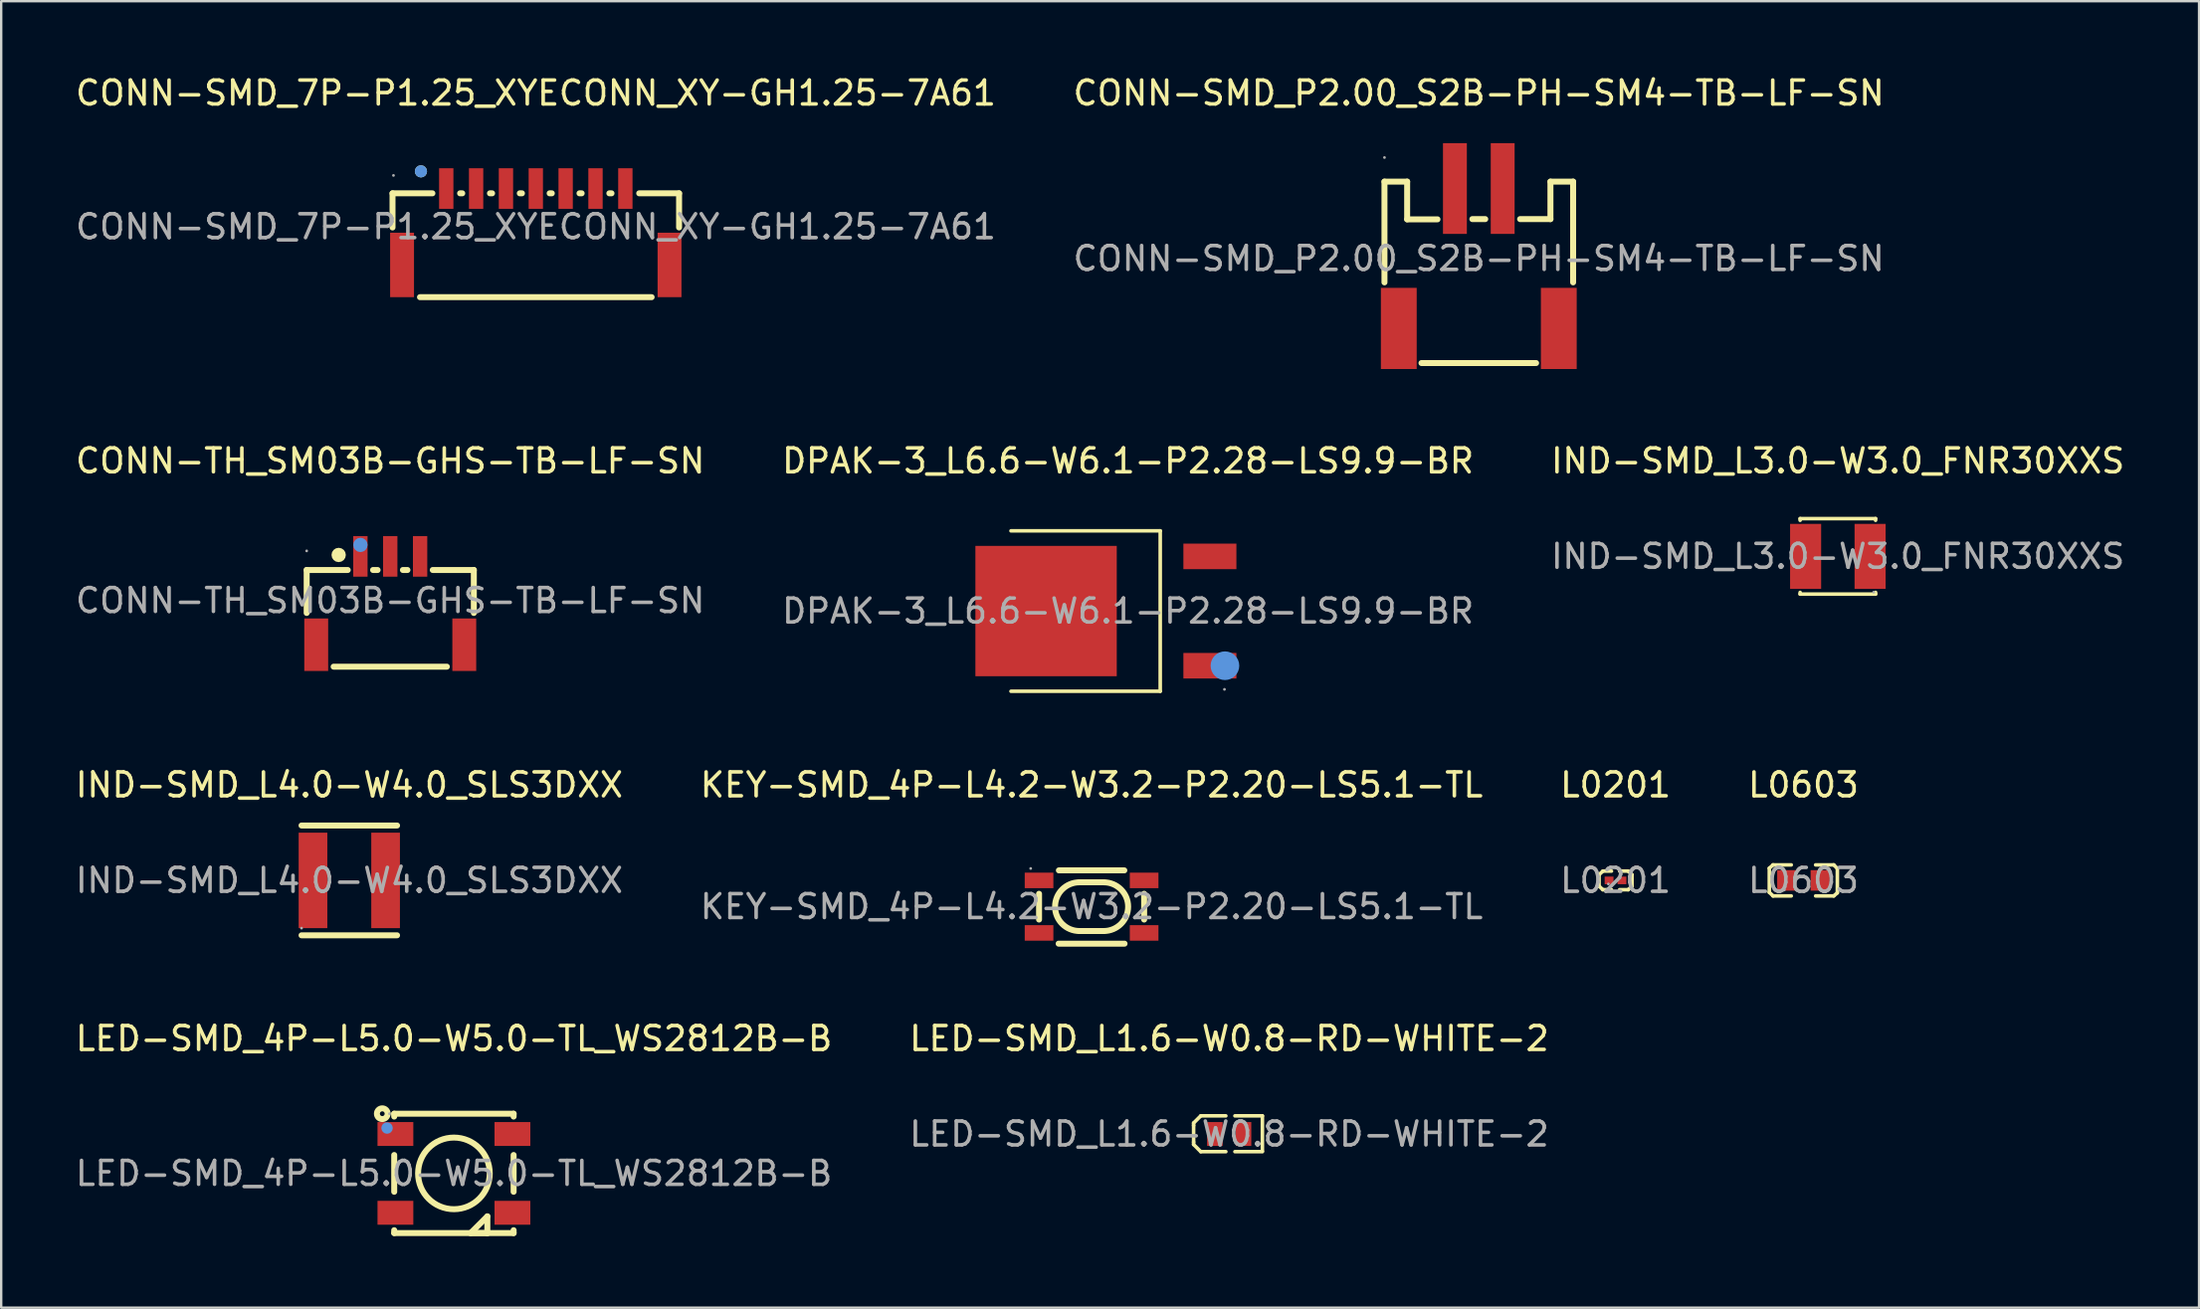
<source format=kicad_pcb>
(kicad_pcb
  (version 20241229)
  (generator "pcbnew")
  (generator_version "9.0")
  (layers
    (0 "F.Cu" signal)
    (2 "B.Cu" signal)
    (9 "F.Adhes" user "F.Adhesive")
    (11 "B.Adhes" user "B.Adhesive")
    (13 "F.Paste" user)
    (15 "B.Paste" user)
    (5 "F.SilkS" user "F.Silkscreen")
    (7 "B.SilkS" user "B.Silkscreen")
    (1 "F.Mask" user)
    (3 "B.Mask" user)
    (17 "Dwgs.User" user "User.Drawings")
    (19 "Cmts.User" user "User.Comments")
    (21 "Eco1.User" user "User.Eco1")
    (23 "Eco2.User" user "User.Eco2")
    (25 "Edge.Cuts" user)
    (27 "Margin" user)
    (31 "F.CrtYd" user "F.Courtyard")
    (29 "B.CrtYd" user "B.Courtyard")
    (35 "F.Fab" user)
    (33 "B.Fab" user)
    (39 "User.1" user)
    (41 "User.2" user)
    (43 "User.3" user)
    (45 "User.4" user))
  (footprint "CONN-TH_SM03B-GHS-TB-LF-SN"
    (layer "F.Cu")
    (at 13.292 22.107)
    (property "Reference" "CONN-TH_SM03B-GHS-TB-LF-SN" (at 0 -5.85 0) (layer "F.SilkS") (effects (font (size 1 1) (thickness 0.15))))
    (attr through_hole)
    (fp_line (start -3.5 -1.28) (end -3.5 0.52) (stroke (width 0.25) (type solid)) (layer "F.SilkS"))
    (fp_line (start -2.37 2.77) (end 2.37 2.77) (stroke (width 0.25) (type solid)) (layer "F.SilkS"))
    (fp_line (start -1.78 -1.28) (end -3.5 -1.28) (stroke (width 0.25) (type solid)) (layer "F.SilkS"))
    (fp_line (start -0.53 -1.28) (end -0.72 -1.28) (stroke (width 0.25) (type solid)) (layer "F.SilkS"))
    (fp_line (start 0.72 -1.28) (end 0.53 -1.28) (stroke (width 0.25) (type solid)) (layer "F.SilkS"))
    (fp_line (start 3.5 -1.28) (end 1.78 -1.28) (stroke (width 0.25) (type solid)) (layer "F.SilkS"))
    (fp_line (start 3.5 -1.28) (end 3.5 0.52) (stroke (width 0.25) (type solid)) (layer "F.SilkS"))
    (fp_circle (center -2.16 -1.91) (end -2.01 -1.91) (stroke (width 0.3) (type solid)) (fill no) (layer "F.SilkS"))
    (fp_circle (center -1.25 -2.33) (end -1.1 -2.33) (stroke (width 0.3) (type solid)) (fill no) (layer "Cmts.User"))
    (fp_circle (center -3.5 -2.08) (end -3.47 -2.08) (stroke (width 0.06) (type solid)) (fill no) (layer "F.Fab"))
    (fp_text user "${REFERENCE}" (at 0 0 0) (layer "F.Fab") (effects (font (size 1 1) (thickness 0.15))))
    (pad "1" smd rect (at -1.25 -1.85 270) (size 1.7 0.6) (layers "F.Cu" "F.Mask" "F.Paste"))
    (pad "2" smd rect (at 0 -1.85 270) (size 1.7 0.6) (layers "F.Cu" "F.Mask" "F.Paste"))
    (pad "3" smd rect (at 1.25 -1.85 270) (size 1.7 0.6) (layers "F.Cu" "F.Mask" "F.Paste"))
    (pad "4" smd rect (at 3.1 1.85) (size 1 2.2) (layers "F.Cu" "F.Mask" "F.Paste"))
    (pad "5" smd rect (at -3.1 1.85) (size 1 2.2) (layers "F.Cu" "F.Mask" "F.Paste")))
  (footprint "CONN-SMD_P2.00_S2B-PH-SM4-TB-LF-SN"
    (layer "F.Cu")
    (at 58.875 7.778)
    (property "Reference" "CONN-SMD_P2.00_S2B-PH-SM4-TB-LF-SN" (at 0 -6.93 0) (layer "F.SilkS") (effects (font (size 1 1) (thickness 0.15))))
    (attr smd)
    (fp_line (start -3.95 -3.22) (end -3.95 1) (stroke (width 0.25) (type solid)) (layer "F.SilkS"))
    (fp_line (start -3 -3.22) (end -3.95 -3.22) (stroke (width 0.25) (type solid)) (layer "F.SilkS"))
    (fp_line (start -3 -1.64) (end -3 -3.22) (stroke (width 0.25) (type solid)) (layer "F.SilkS"))
    (fp_line (start -1.73 -1.64) (end -3 -1.64) (stroke (width 0.25) (type solid)) (layer "F.SilkS"))
    (fp_line (start 0.27 -1.65) (end -0.27 -1.65) (stroke (width 0.25) (type solid)) (layer "F.SilkS"))
    (fp_line (start 2.4 4.38) (end -2.4 4.38) (stroke (width 0.25) (type solid)) (layer "F.SilkS"))
    (fp_line (start 3 -3.22) (end 3 -1.65) (stroke (width 0.25) (type solid)) (layer "F.SilkS"))
    (fp_line (start 3 -1.65) (end 1.73 -1.65) (stroke (width 0.25) (type solid)) (layer "F.SilkS"))
    (fp_line (start 3.95 -3.22) (end 3 -3.22) (stroke (width 0.25) (type solid)) (layer "F.SilkS"))
    (fp_line (start 3.95 -3.22) (end 3.95 1) (stroke (width 0.25) (type solid)) (layer "F.SilkS"))
    (fp_circle (center -3.95 -4.23) (end -3.92 -4.23) (stroke (width 0.06) (type solid)) (fill no) (layer "F.Fab"))
    (fp_text user "${REFERENCE}" (at 0 0 0) (layer "F.Fab") (effects (font (size 1 1) (thickness 0.15))))
    (pad "1" smd rect (at -1 -2.93) (size 1 3.8) (layers "F.Cu" "F.Mask" "F.Paste"))
    (pad "2" smd rect (at 1 -2.93) (size 1 3.8) (layers "F.Cu" "F.Mask" "F.Paste"))
    (pad "3" smd rect (at 3.35 2.93) (size 1.5 3.4) (layers "F.Cu" "F.Mask" "F.Paste"))
    (pad "4" smd rect (at -3.35 2.93) (size 1.5 3.4) (layers "F.Cu" "F.Mask" "F.Paste")))
  (footprint "L0603"
    (layer "F.Cu")
    (at 72.47 33.83)
    (property "Reference" "L0603" (at 0 -4 0) (layer "F.SilkS") (effects (font (size 1 1) (thickness 0.15))))
    (attr smd)
    (fp_line (start -1.43 -0.51) (end -1.27 -0.65) (stroke (width 0.15) (type solid)) (layer "F.SilkS"))
    (fp_line (start -1.43 0.5) (end -1.43 -0.51) (stroke (width 0.15) (type solid)) (layer "F.SilkS"))
    (fp_line (start -1.28 -0.65) (end -0.51 -0.65) (stroke (width 0.15) (type solid)) (layer "F.SilkS"))
    (fp_line (start -1.28 0.65) (end -0.51 0.65) (stroke (width 0.15) (type solid)) (layer "F.SilkS"))
    (fp_line (start -1.27 0.65) (end -1.43 0.5) (stroke (width 0.15) (type solid)) (layer "F.SilkS"))
    (fp_line (start 1.27 -0.65) (end 0.51 -0.65) (stroke (width 0.15) (type solid)) (layer "F.SilkS"))
    (fp_line (start 1.27 -0.65) (end 1.42 -0.5) (stroke (width 0.15) (type solid)) (layer "F.SilkS"))
    (fp_line (start 1.27 0.65) (end 0.51 0.65) (stroke (width 0.15) (type solid)) (layer "F.SilkS"))
    (fp_line (start 1.42 -0.5) (end 1.42 0.52) (stroke (width 0.15) (type solid)) (layer "F.SilkS"))
    (fp_line (start 1.42 0.52) (end 1.27 0.65) (stroke (width 0.15) (type solid)) (layer "F.SilkS"))
    (fp_circle (center -0.8 0.4) (end -0.77 0.4) (stroke (width 0.06) (type solid)) (fill no) (layer "F.Fab"))
    (fp_text user "${REFERENCE}" (at 0 0 0) (layer "F.Fab") (effects (font (size 1 1) (thickness 0.15))))
    (pad "1" smd rect (at -0.7 0 180) (size 0.8 0.86) (layers "F.Cu" "F.Mask" "F.Paste"))
    (pad "2" smd rect (at 0.7 0 180) (size 0.8 0.86) (layers "F.Cu" "F.Mask" "F.Paste")))
  (footprint "CONN-SMD_7P-P1.25_XYECONN_XY-GH1.25-7A61"
    (layer "F.Cu")
    (at 19.387 6.448)
    (property "Reference" "CONN-SMD_7P-P1.25_XYECONN_XY-GH1.25-7A61" (at 0 -5.6 0) (layer "F.SilkS") (effects (font (size 1 1) (thickness 0.15))))
    (attr smd)
    (fp_line (start -6 -1.4) (end -6 0.03) (stroke (width 0.25) (type solid)) (layer "F.SilkS"))
    (fp_line (start -4.33 -1.4) (end -6 -1.4) (stroke (width 0.25) (type solid)) (layer "F.SilkS"))
    (fp_line (start -3.08 -1.4) (end -3.17 -1.4) (stroke (width 0.25) (type solid)) (layer "F.SilkS"))
    (fp_line (start -1.83 -1.4) (end -1.92 -1.4) (stroke (width 0.25) (type solid)) (layer "F.SilkS"))
    (fp_line (start -0.58 -1.4) (end -0.67 -1.4) (stroke (width 0.25) (type solid)) (layer "F.SilkS"))
    (fp_line (start 0.67 -1.4) (end 0.58 -1.4) (stroke (width 0.25) (type solid)) (layer "F.SilkS"))
    (fp_line (start 1.92 -1.4) (end 1.83 -1.4) (stroke (width 0.25) (type solid)) (layer "F.SilkS"))
    (fp_line (start 3.17 -1.4) (end 3.08 -1.4) (stroke (width 0.25) (type solid)) (layer "F.SilkS"))
    (fp_line (start 4.85 2.95) (end -4.85 2.95) (stroke (width 0.25) (type solid)) (layer "F.SilkS"))
    (fp_line (start 6 -1.4) (end 4.33 -1.4) (stroke (width 0.25) (type solid)) (layer "F.SilkS"))
    (fp_line (start 6 -1.4) (end 6 0.03) (stroke (width 0.25) (type solid)) (layer "F.SilkS"))
    (fp_circle (center -4.81 -2.32) (end -4.68 -2.32) (stroke (width 0.25) (type solid)) (fill no) (layer "F.SilkS"))
    (fp_circle (center -4.81 -2.32) (end -4.68 -2.32) (stroke (width 0.25) (type solid)) (fill no) (layer "Cmts.User"))
    (fp_circle (center -5.96 -2.15) (end -5.93 -2.15) (stroke (width 0.06) (type solid)) (fill no) (layer "F.Fab"))
    (fp_text user "${REFERENCE}" (at 0 0 0) (layer "F.Fab") (effects (font (size 1 1) (thickness 0.15))))
    (pad "1" smd rect (at -3.75 -1.6) (size 0.6 1.7) (layers "F.Cu" "F.Mask" "F.Paste"))
    (pad "2" smd rect (at -2.5 -1.6) (size 0.6 1.7) (layers "F.Cu" "F.Mask" "F.Paste"))
    (pad "3" smd rect (at -1.25 -1.6) (size 0.6 1.7) (layers "F.Cu" "F.Mask" "F.Paste"))
    (pad "4" smd rect (at 0 -1.6) (size 0.6 1.7) (layers "F.Cu" "F.Mask" "F.Paste"))
    (pad "5" smd rect (at 1.25 -1.6) (size 0.6 1.7) (layers "F.Cu" "F.Mask" "F.Paste"))
    (pad "6" smd rect (at 2.5 -1.6) (size 0.6 1.7) (layers "F.Cu" "F.Mask" "F.Paste"))
    (pad "7" smd rect (at 3.75 -1.6) (size 0.6 1.7) (layers "F.Cu" "F.Mask" "F.Paste"))
    (pad "8" smd rect (at 5.6 1.6 180) (size 1 2.7) (layers "F.Cu" "F.Mask" "F.Paste"))
    (pad "9" smd rect (at -5.6 1.6) (size 1 2.7) (layers "F.Cu" "F.Mask" "F.Paste")))
  (footprint "IND-SMD_L4.0-W4.0_SLS3DXX"
    (layer "F.Cu")
    (at 11.577 33.83)
    (property "Reference" "IND-SMD_L4.0-W4.0_SLS3DXX" (at 0 -4 0) (layer "F.SilkS") (effects (font (size 1 1) (thickness 0.15))))
    (attr smd)
    (fp_line (start -2 -2.3) (end 2 -2.3) (stroke (width 0.25) (type solid)) (layer "F.SilkS"))
    (fp_line (start -2 2.3) (end 2 2.3) (stroke (width 0.25) (type solid)) (layer "F.SilkS"))
    (fp_circle (center -2 2) (end -1.97 2) (stroke (width 0.06) (type solid)) (fill no) (layer "F.Fab"))
    (fp_text user "${REFERENCE}" (at 0 0 0) (layer "F.Fab") (effects (font (size 1 1) (thickness 0.15))))
    (pad "1" smd rect (at -1.52 0 90) (size 4 1.2) (layers "F.Cu" "F.Mask" "F.Paste"))
    (pad "2" smd rect (at 1.52 0 90) (size 4 1.2) (layers "F.Cu" "F.Mask" "F.Paste")))
  (footprint "KEY-SMD_4P-L4.2-W3.2-P2.20-LS5.1-TL"
    (layer "F.Cu")
    (at 42.661 34.93)
    (property "Reference" "KEY-SMD_4P-L4.2-W3.2-P2.20-LS5.1-TL" (at 0 -5.1 0) (layer "F.SilkS") (effects (font (size 1 1) (thickness 0.15))))
    (attr smd)
    (fp_line (start -2.2 -0.54) (end -2.2 0.54) (stroke (width 0.25) (type solid)) (layer "F.SilkS"))
    (fp_line (start -1.38 1.55) (end 1.38 1.55) (stroke (width 0.25) (type solid)) (layer "F.SilkS"))
    (fp_line (start -0.51 -1.02) (end 0.51 -1.02) (stroke (width 0.25) (type solid)) (layer "F.SilkS"))
    (fp_line (start -0.51 1.02) (end 0.51 1.02) (stroke (width 0.25) (type solid)) (layer "F.SilkS"))
    (fp_line (start 1.37 -1.52) (end -1.37 -1.52) (stroke (width 0.25) (type solid)) (layer "F.SilkS"))
    (fp_line (start 2.2 -0.54) (end 2.2 0.54) (stroke (width 0.25) (type solid)) (layer "F.SilkS"))
    (fp_arc (start -0.51 1.02) (mid -1.53 0) (end -0.51 -1.02) (stroke (width 0.25) (type solid)) (layer "F.SilkS"))
    (fp_arc (start 0.51 -1.02) (mid 1.53 0) (end 0.51 1.02) (stroke (width 0.25) (type solid)) (layer "F.SilkS"))
    (fp_circle (center -2.55 -1.6) (end -2.52 -1.6) (stroke (width 0.06) (type solid)) (fill no) (layer "F.Fab"))
    (fp_text user "${REFERENCE}" (at 0 0 0) (layer "F.Fab") (effects (font (size 1 1) (thickness 0.15))))
    (pad "1" smd rect (at -2.2 -1.1) (size 1.2 0.65) (layers "F.Cu" "F.Mask" "F.Paste"))
    (pad "2" smd rect (at 2.2 -1.1) (size 1.2 0.65) (layers "F.Cu" "F.Mask" "F.Paste"))
    (pad "3" smd rect (at -2.2 1.1) (size 1.2 0.65) (layers "F.Cu" "F.Mask" "F.Paste"))
    (pad "4" smd rect (at 2.2 1.1) (size 1.2 0.65) (layers "F.Cu" "F.Mask" "F.Paste")))
  (footprint "L0201"
    (layer "F.Cu")
    (at 64.601 33.83)
    (property "Reference" "L0201" (at 0 -4 0) (layer "F.SilkS") (effects (font (size 1 1) (thickness 0.15))))
    (attr through_hole)
    (fp_line (start -0.69 -0.24) (end -0.53 -0.39) (stroke (width 0.15) (type solid)) (layer "F.SilkS"))
    (fp_line (start -0.69 0.24) (end -0.69 -0.24) (stroke (width 0.15) (type solid)) (layer "F.SilkS"))
    (fp_line (start -0.53 -0.39) (end -0.17 -0.39) (stroke (width 0.15) (type solid)) (layer "F.SilkS"))
    (fp_line (start -0.53 0.39) (end -0.69 0.24) (stroke (width 0.15) (type solid)) (layer "F.SilkS"))
    (fp_line (start -0.17 0.39) (end -0.53 0.39) (stroke (width 0.15) (type solid)) (layer "F.SilkS"))
    (fp_line (start 0.17 0.39) (end 0.53 0.39) (stroke (width 0.15) (type solid)) (layer "F.SilkS"))
    (fp_line (start 0.53 -0.39) (end 0.17 -0.39) (stroke (width 0.15) (type solid)) (layer "F.SilkS"))
    (fp_line (start 0.53 0.39) (end 0.69 0.24) (stroke (width 0.15) (type solid)) (layer "F.SilkS"))
    (fp_line (start 0.69 -0.24) (end 0.53 -0.39) (stroke (width 0.15) (type solid)) (layer "F.SilkS"))
    (fp_line (start 0.69 0.24) (end 0.69 -0.24) (stroke (width 0.15) (type solid)) (layer "F.SilkS"))
    (fp_circle (center -0.3 0.15) (end -0.27 0.15) (stroke (width 0.06) (type solid)) (fill no) (layer "F.Fab"))
    (fp_text user "${REFERENCE}" (at 0 0 0) (layer "F.Fab") (effects (font (size 1 1) (thickness 0.15))))
    (pad "1" smd rect (at -0.27 0) (size 0.37 0.32) (layers "F.Cu" "F.Mask" "F.Paste"))
    (pad "2" smd rect (at 0.27 0) (size 0.37 0.32) (layers "F.Cu" "F.Mask" "F.Paste")))
  (footprint "LED-SMD_4P-L5.0-W5.0-TL_WS2812B-B"
    (layer "F.Cu")
    (at 15.958 46.103)
    (property "Reference" "LED-SMD_4P-L5.0-W5.0-TL_WS2812B-B" (at 0 -5.65 0) (layer "F.SilkS") (effects (font (size 1 1) (thickness 0.15))))
    (attr smd)
    (fp_line (start -2.5 -2.5) (end 2.5 -2.5) (stroke (width 0.25) (type solid)) (layer "F.SilkS"))
    (fp_line (start -2.5 -2.38) (end -2.5 -2.5) (stroke (width 0.25) (type solid)) (layer "F.SilkS"))
    (fp_line (start -2.5 0.77) (end -2.5 -0.77) (stroke (width 0.25) (type solid)) (layer "F.SilkS"))
    (fp_line (start -2.5 2.5) (end -2.5 2.38) (stroke (width 0.25) (type solid)) (layer "F.SilkS"))
    (fp_line (start 0.7 2.5) (end 1.4 1.8) (stroke (width 0.25) (type solid)) (layer "F.SilkS"))
    (fp_line (start 1.4 1.8) (end 1.4 2.5) (stroke (width 0.25) (type solid)) (layer "F.SilkS"))
    (fp_line (start 1.4 2.5) (end 0.7 2.5) (stroke (width 0.25) (type solid)) (layer "F.SilkS"))
    (fp_line (start 1.4 2.5) (end 1.4 2.5) (stroke (width 0.25) (type solid)) (layer "F.SilkS"))
    (fp_line (start 2.5 -2.5) (end 2.5 -2.38) (stroke (width 0.25) (type solid)) (layer "F.SilkS"))
    (fp_line (start 2.5 -0.77) (end 2.5 0.77) (stroke (width 0.25) (type solid)) (layer "F.SilkS"))
    (fp_line (start 2.5 2.38) (end 2.5 2.5) (stroke (width 0.25) (type solid)) (layer "F.SilkS"))
    (fp_line (start 2.5 2.5) (end -2.5 2.5) (stroke (width 0.25) (type solid)) (layer "F.SilkS"))
    (fp_circle (center -3 -2.5) (end -2.9 -2.5) (stroke (width 0.25) (type solid)) (fill no) (layer "F.SilkS"))
    (fp_circle (center 0 0) (end 1.5 0) (stroke (width 0.25) (type solid)) (fill no) (layer "F.SilkS"))
    (fp_circle (center -2.8 -1.9) (end -2.68 -1.9) (stroke (width 0.24) (type solid)) (fill no) (layer "Cmts.User"))
    (fp_circle (center -2.7 -2.5) (end -2.67 -2.5) (stroke (width 0.06) (type solid)) (fill no) (layer "F.Fab"))
    (fp_text user "${REFERENCE}" (at 0 0 0) (layer "F.Fab") (effects (font (size 1 1) (thickness 0.15))))
    (pad "1" smd rect (at -2.45 -1.65 180) (size 1.5 1) (layers "F.Cu" "F.Mask" "F.Paste"))
    (pad "2" smd rect (at -2.45 1.65 180) (size 1.5 1) (layers "F.Cu" "F.Mask" "F.Paste"))
    (pad "3" smd rect (at 2.45 1.65 180) (size 1.5 1) (layers "F.Cu" "F.Mask" "F.Paste"))
    (pad "4" smd rect (at 2.45 -1.65 180) (size 1.5 1) (layers "F.Cu" "F.Mask" "F.Paste")))
  (footprint "IND-SMD_L3.0-W3.0_FNR30XXS"
    (layer "F.Cu")
    (at 73.911 20.256)
    (property "Reference" "IND-SMD_L3.0-W3.0_FNR30XXS" (at 0 -4 0) (layer "F.SilkS") (effects (font (size 1 1) (thickness 0.15))))
    (attr smd)
    (fp_line (start -1.58 -1.58) (end 1.58 -1.58) (stroke (width 0.15) (type solid)) (layer "F.SilkS"))
    (fp_line (start -1.58 -1.51) (end -1.58 -1.58) (stroke (width 0.15) (type solid)) (layer "F.SilkS"))
    (fp_line (start -1.58 1.51) (end -1.58 1.58) (stroke (width 0.15) (type solid)) (layer "F.SilkS"))
    (fp_line (start -1.58 1.58) (end 1.58 1.58) (stroke (width 0.15) (type solid)) (layer "F.SilkS"))
    (fp_line (start 1.58 -1.58) (end 1.58 -1.51) (stroke (width 0.15) (type solid)) (layer "F.SilkS"))
    (fp_line (start 1.58 1.58) (end 1.58 1.51) (stroke (width 0.15) (type solid)) (layer "F.SilkS"))
    (fp_circle (center 1.5 1.5) (end 1.53 1.5) (stroke (width 0.06) (type solid)) (fill no) (layer "F.Fab"))
    (fp_text user "${REFERENCE}" (at 0 0 0) (layer "F.Fab") (effects (font (size 1 1) (thickness 0.15))))
    (pad "1" smd rect (at 1.35 0) (size 1.3 2.72) (layers "F.Cu" "F.Mask" "F.Paste"))
    (pad "2" smd rect (at -1.35 0) (size 1.3 2.72) (layers "F.Cu" "F.Mask" "F.Paste")))
  (footprint "LED-SMD_L1.6-W0.8-RD-WHITE-2"
    (layer "F.Cu")
    (at 48.423 44.453)
    (property "Reference" "LED-SMD_L1.6-W0.8-RD-WHITE-2" (at 0 -4 0) (layer "F.SilkS") (effects (font (size 1 1) (thickness 0.15))))
    (attr smd)
    (fp_line (start -1.49 -0.46) (end -1.19 -0.76) (stroke (width 0.15) (type solid)) (layer "F.SilkS"))
    (fp_line (start -1.49 -0.36) (end -1.49 -0.46) (stroke (width 0.15) (type solid)) (layer "F.SilkS"))
    (fp_line (start -1.49 -0.36) (end -1.49 0.34) (stroke (width 0.15) (type solid)) (layer "F.SilkS"))
    (fp_line (start -1.49 0.34) (end -1.49 0.44) (stroke (width 0.15) (type solid)) (layer "F.SilkS"))
    (fp_line (start -1.49 0.44) (end -1.19 0.74) (stroke (width 0.15) (type solid)) (layer "F.SilkS"))
    (fp_line (start -0.14 -0.76) (end -1.19 -0.76) (stroke (width 0.15) (type solid)) (layer "F.SilkS"))
    (fp_line (start -0.14 0.74) (end -1.19 0.74) (stroke (width 0.15) (type solid)) (layer "F.SilkS"))
    (fp_line (start 0.24 -0.76) (end 1.39 -0.76) (stroke (width 0.15) (type solid)) (layer "F.SilkS"))
    (fp_line (start 0.24 0.74) (end 1.39 0.74) (stroke (width 0.15) (type solid)) (layer "F.SilkS"))
    (fp_line (start 1.39 -0.76) (end 1.39 0.72) (stroke (width 0.15) (type solid)) (layer "F.SilkS"))
    (fp_circle (center -0.8 0.4) (end -0.77 0.4) (stroke (width 0.06) (type solid)) (fill no) (layer "F.Fab"))
    (fp_text user "${REFERENCE}" (at 0 0 0) (layer "F.Fab") (effects (font (size 1 1) (thickness 0.15))))
    (pad "1" smd rect (at -0.6 0 90) (size 1 0.65) (layers "F.Cu" "F.Mask" "F.Paste"))
    (pad "2" smd rect (at 0.6 0 90) (size 1 0.65) (layers "F.Cu" "F.Mask" "F.Paste")))
  (footprint "DPAK-3_L6.6-W6.1-P2.28-LS9.9-BR"
    (layer "F.Cu")
    (at 44.185 22.547)
    (property "Reference" "DPAK-3_L6.6-W6.1-P2.28-LS9.9-BR" (at 0 -6.29 0) (layer "F.SilkS") (effects (font (size 1 1) (thickness 0.15))))
    (attr smd)
    (fp_line (start -4.9 -3.36) (end 1.35 -3.36) (stroke (width 0.15) (type solid)) (layer "F.SilkS"))
    (fp_line (start -4.9 3.36) (end 1.35 3.36) (stroke (width 0.15) (type solid)) (layer "F.SilkS"))
    (fp_line (start 1.35 3.36) (end 1.35 -3.36) (stroke (width 0.15) (type solid)) (layer "F.SilkS"))
    (fp_circle (center 4.06 2.29) (end 4.36 2.29) (stroke (width 0.6) (type solid)) (fill no) (layer "Cmts.User"))
    (fp_circle (center 4.04 3.28) (end 4.07 3.28) (stroke (width 0.06) (type solid)) (fill no) (layer "F.Fab"))
    (fp_text user "${REFERENCE}" (at 0 0 0) (layer "F.Fab") (effects (font (size 1 1) (thickness 0.15))))
    (pad "1" smd rect (at 3.43 2.29) (size 2.22 1.07) (layers "F.Cu" "F.Mask" "F.Paste"))
    (pad "2" smd rect (at -3.43 0) (size 5.92 5.46) (layers "F.Cu" "F.Mask" "F.Paste"))
    (pad "3" smd rect (at 3.43 -2.29) (size 2.22 1.07) (layers "F.Cu" "F.Mask" "F.Paste")))
  (gr_rect
    (start -3 -3)
    (end 89.036 51.728)
    (stroke (width 0.1) (type default))
    (fill no)
    (layer "Edge.Cuts")))
</source>
